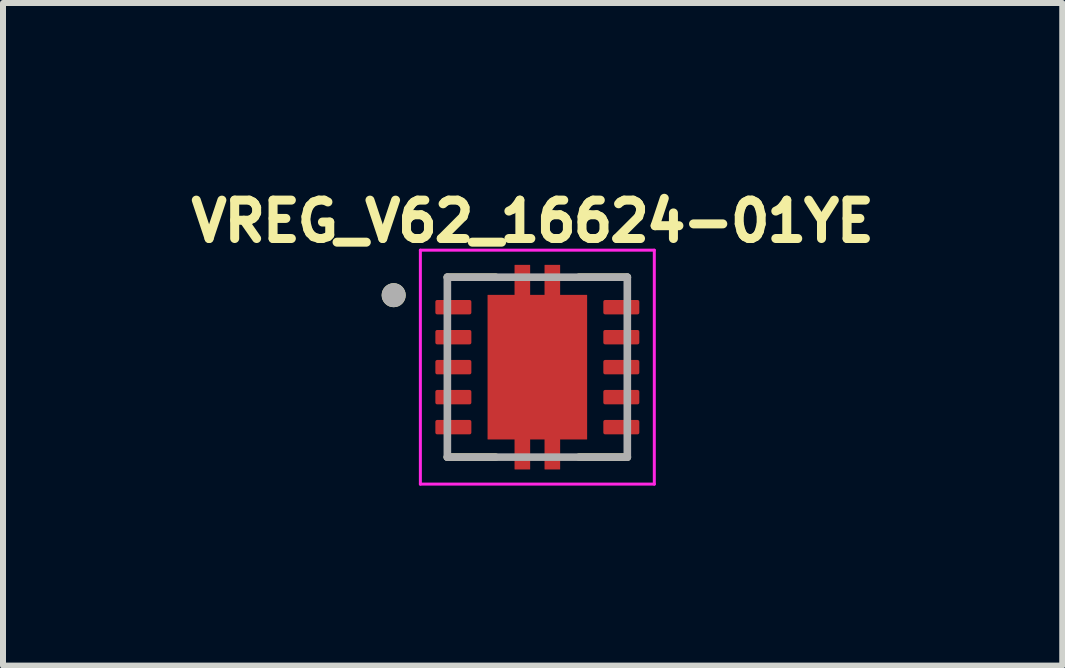
<source format=kicad_pcb>
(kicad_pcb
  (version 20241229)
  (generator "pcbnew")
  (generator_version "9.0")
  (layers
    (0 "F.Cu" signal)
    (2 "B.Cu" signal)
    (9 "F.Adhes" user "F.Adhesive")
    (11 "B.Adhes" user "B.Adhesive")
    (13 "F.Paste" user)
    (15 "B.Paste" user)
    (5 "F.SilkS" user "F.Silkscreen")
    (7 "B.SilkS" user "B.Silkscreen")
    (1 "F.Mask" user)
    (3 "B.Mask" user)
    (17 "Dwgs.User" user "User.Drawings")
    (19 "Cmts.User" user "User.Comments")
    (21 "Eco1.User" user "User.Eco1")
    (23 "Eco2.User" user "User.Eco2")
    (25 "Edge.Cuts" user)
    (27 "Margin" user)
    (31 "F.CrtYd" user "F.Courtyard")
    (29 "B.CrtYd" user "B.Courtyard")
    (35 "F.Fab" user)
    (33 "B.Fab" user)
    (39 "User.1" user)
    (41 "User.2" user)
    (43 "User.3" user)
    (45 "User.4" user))
  (footprint "VREG_V62_16624-01YE"
    (layer "F.Cu")
    (at 5.908 3.071)
    (property "Reference" "VREG_V62_16624-01YE" (at -0.078 -2.433 0) (layer "F.SilkS") (effects (font (size 0.64 0.64) (thickness 0.15))))
    (attr smd)
    (fp_poly (pts (xy -1.77 -1.19) (xy -1.03 -1.19) (xy -1.03 -0.81) (xy -1.77 -0.81)) (stroke (width 0.01) (type solid)) (fill yes) (layer "F.Mask"))
    (fp_poly (pts (xy -1.77 -0.69) (xy -1.03 -0.69) (xy -1.03 -0.31) (xy -1.77 -0.31)) (stroke (width 0.01) (type solid)) (fill yes) (layer "F.Mask"))
    (fp_poly (pts (xy -1.77 -0.19) (xy -1.03 -0.19) (xy -1.03 0.19) (xy -1.77 0.19)) (stroke (width 0.01) (type solid)) (fill yes) (layer "F.Mask"))
    (fp_poly (pts (xy -1.77 0.31) (xy -1.03 0.31) (xy -1.03 0.69) (xy -1.77 0.69)) (stroke (width 0.01) (type solid)) (fill yes) (layer "F.Mask"))
    (fp_poly (pts (xy -1.77 0.81) (xy -1.03 0.81) (xy -1.03 1.19) (xy -1.77 1.19)) (stroke (width 0.01) (type solid)) (fill yes) (layer "F.Mask"))
    (fp_poly (pts (xy 1.03 -1.19) (xy 1.77 -1.19) (xy 1.77 -0.81) (xy 1.03 -0.81)) (stroke (width 0.01) (type solid)) (fill yes) (layer "F.Mask"))
    (fp_poly (pts (xy 1.03 -0.69) (xy 1.77 -0.69) (xy 1.77 -0.31) (xy 1.03 -0.31)) (stroke (width 0.01) (type solid)) (fill yes) (layer "F.Mask"))
    (fp_poly (pts (xy 1.03 -0.19) (xy 1.77 -0.19) (xy 1.77 0.19) (xy 1.03 0.19)) (stroke (width 0.01) (type solid)) (fill yes) (layer "F.Mask"))
    (fp_poly (pts (xy 1.03 0.31) (xy 1.77 0.31) (xy 1.77 0.69) (xy 1.03 0.69)) (stroke (width 0.01) (type solid)) (fill yes) (layer "F.Mask"))
    (fp_poly (pts (xy 1.03 0.81) (xy 1.77 0.81) (xy 1.77 1.19) (xy 1.03 1.19)) (stroke (width 0.01) (type solid)) (fill yes) (layer "F.Mask"))
    (fp_poly (pts (xy -0.895 -1.27) (xy -0.445 -1.27) (xy -0.445 -1.77) (xy -0.055 -1.77) (xy -0.055 -1.27) (xy 0.055 -1.27) (xy 0.055 -1.77) (xy 0.445 -1.77) (xy 0.445 -1.27) (xy 0.895 -1.27) (xy 0.895 1.27) (xy 0.445 1.27) (xy 0.445 1.77) (xy 0.055 1.77) (xy 0.055 1.27) (xy -0.055 1.27) (xy -0.055 1.77) (xy -0.445 1.77) (xy -0.445 1.27) (xy -0.895 1.27)) (stroke (width 0.01) (type solid)) (fill yes) (layer "F.Mask"))
    (fp_line (start -1.5 -1.5) (end -0.695 -1.5) (stroke (width 0.127) (type solid)) (layer "F.SilkS"))
    (fp_line (start -1.5 1.5) (end -0.695 1.5) (stroke (width 0.127) (type solid)) (layer "F.SilkS"))
    (fp_line (start 0.695 -1.5) (end 1.5 -1.5) (stroke (width 0.127) (type solid)) (layer "F.SilkS"))
    (fp_line (start 0.695 1.5) (end 1.5 1.5) (stroke (width 0.127) (type solid)) (layer "F.SilkS"))
    (fp_circle (center -2.395 -1.2) (end -2.295 -1.2) (stroke (width 0.2) (type solid)) (fill no) (layer "F.SilkS"))
    (fp_poly (pts (xy -0.75 -1.16) (xy 0.75 -1.16) (xy 0.75 -0.1) (xy -0.75 -0.1)) (stroke (width 0.01) (type solid)) (fill yes) (layer "F.Paste"))
    (fp_poly (pts (xy -0.75 0.1) (xy 0.75 0.1) (xy 0.75 1.16) (xy -0.75 1.16)) (stroke (width 0.01) (type solid)) (fill yes) (layer "F.Paste"))
    (fp_poly (pts (xy -0.375 -1.7) (xy -0.125 -1.7) (xy -0.125 -1.36) (xy -0.375 -1.36)) (stroke (width 0.01) (type solid)) (fill yes) (layer "F.Paste"))
    (fp_poly (pts (xy -0.375 1.36) (xy -0.125 1.36) (xy -0.125 1.7) (xy -0.375 1.7)) (stroke (width 0.01) (type solid)) (fill yes) (layer "F.Paste"))
    (fp_poly (pts (xy 0.125 -1.7) (xy 0.375 -1.7) (xy 0.375 -1.36) (xy 0.125 -1.36)) (stroke (width 0.01) (type solid)) (fill yes) (layer "F.Paste"))
    (fp_poly (pts (xy 0.125 1.36) (xy 0.375 1.36) (xy 0.375 1.7) (xy 0.125 1.7)) (stroke (width 0.01) (type solid)) (fill yes) (layer "F.Paste"))
    (fp_line (start -1.95 -1.95) (end -1.95 1.95) (stroke (width 0.05) (type solid)) (layer "F.CrtYd"))
    (fp_line (start -1.95 -1.95) (end 1.95 -1.95) (stroke (width 0.05) (type solid)) (layer "F.CrtYd"))
    (fp_line (start -1.95 1.95) (end 1.95 1.95) (stroke (width 0.05) (type solid)) (layer "F.CrtYd"))
    (fp_line (start 1.95 -1.95) (end 1.95 1.95) (stroke (width 0.05) (type solid)) (layer "F.CrtYd"))
    (fp_line (start -1.5 -1.5) (end -1.5 1.5) (stroke (width 0.127) (type solid)) (layer "F.Fab"))
    (fp_line (start -1.5 -1.5) (end 1.5 -1.5) (stroke (width 0.127) (type solid)) (layer "F.Fab"))
    (fp_line (start -1.5 1.5) (end 1.5 1.5) (stroke (width 0.127) (type solid)) (layer "F.Fab"))
    (fp_line (start 1.5 -1.5) (end 1.5 1.5) (stroke (width 0.127) (type solid)) (layer "F.Fab"))
    (fp_circle (center -2.395 -1.2) (end -2.295 -1.2) (stroke (width 0.2) (type solid)) (fill no) (layer "F.Fab"))
    (pad "1" smd roundrect (at -1.4 -1) (size 0.6 0.24) (layers "F.Cu" "F.Paste") (roundrect_rratio 0.125))
    (pad "2" smd roundrect (at -1.4 -0.5) (size 0.6 0.24) (layers "F.Cu" "F.Paste") (roundrect_rratio 0.125))
    (pad "3" smd roundrect (at -1.4 0) (size 0.6 0.24) (layers "F.Cu" "F.Paste") (roundrect_rratio 0.125))
    (pad "4" smd roundrect (at -1.4 0.5) (size 0.6 0.24) (layers "F.Cu" "F.Paste") (roundrect_rratio 0.125))
    (pad "5" smd roundrect (at -1.4 1) (size 0.6 0.24) (layers "F.Cu" "F.Paste") (roundrect_rratio 0.125))
    (pad "6" smd roundrect (at 1.4 1) (size 0.6 0.24) (layers "F.Cu" "F.Paste") (roundrect_rratio 0.125))
    (pad "7" smd roundrect (at 1.4 0.5) (size 0.6 0.24) (layers "F.Cu" "F.Paste") (roundrect_rratio 0.125))
    (pad "8" smd roundrect (at 1.4 0) (size 0.6 0.24) (layers "F.Cu" "F.Paste") (roundrect_rratio 0.125))
    (pad "9" smd roundrect (at 1.4 -0.5) (size 0.6 0.24) (layers "F.Cu" "F.Paste") (roundrect_rratio 0.125))
    (pad "10" smd roundrect (at 1.4 -1) (size 0.6 0.24) (layers "F.Cu" "F.Paste") (roundrect_rratio 0.125))
    (pad "11" smd custom (at 0 0) (size 1.65 2.4) (layers "F.Cu") (options (anchor rect)) (primitives (gr_poly (pts (xy -0.825 -1.2) (xy -0.375 -1.2) (xy -0.375 -1.7) (xy -0.125 -1.7) (xy -0.125 -1.2) (xy 0.125 -1.2) (xy 0.125 -1.7) (xy 0.375 -1.7) (xy 0.375 -1.2) (xy 0.825 -1.2) (xy 0.825 1.2) (xy 0.375 1.2) (xy 0.375 1.7) (xy 0.125 1.7) (xy 0.125 1.2) (xy -0.125 1.2) (xy -0.125 1.7) (xy -0.375 1.7) (xy -0.375 1.2) (xy -0.825 1.2)) (width 0.01) (fill yes)))))
  (gr_rect
    (start -3 -3)
    (end 14.659 8.046)
    (stroke (width 0.1) (type default))
    (fill no)
    (layer "Edge.Cuts")))
</source>
